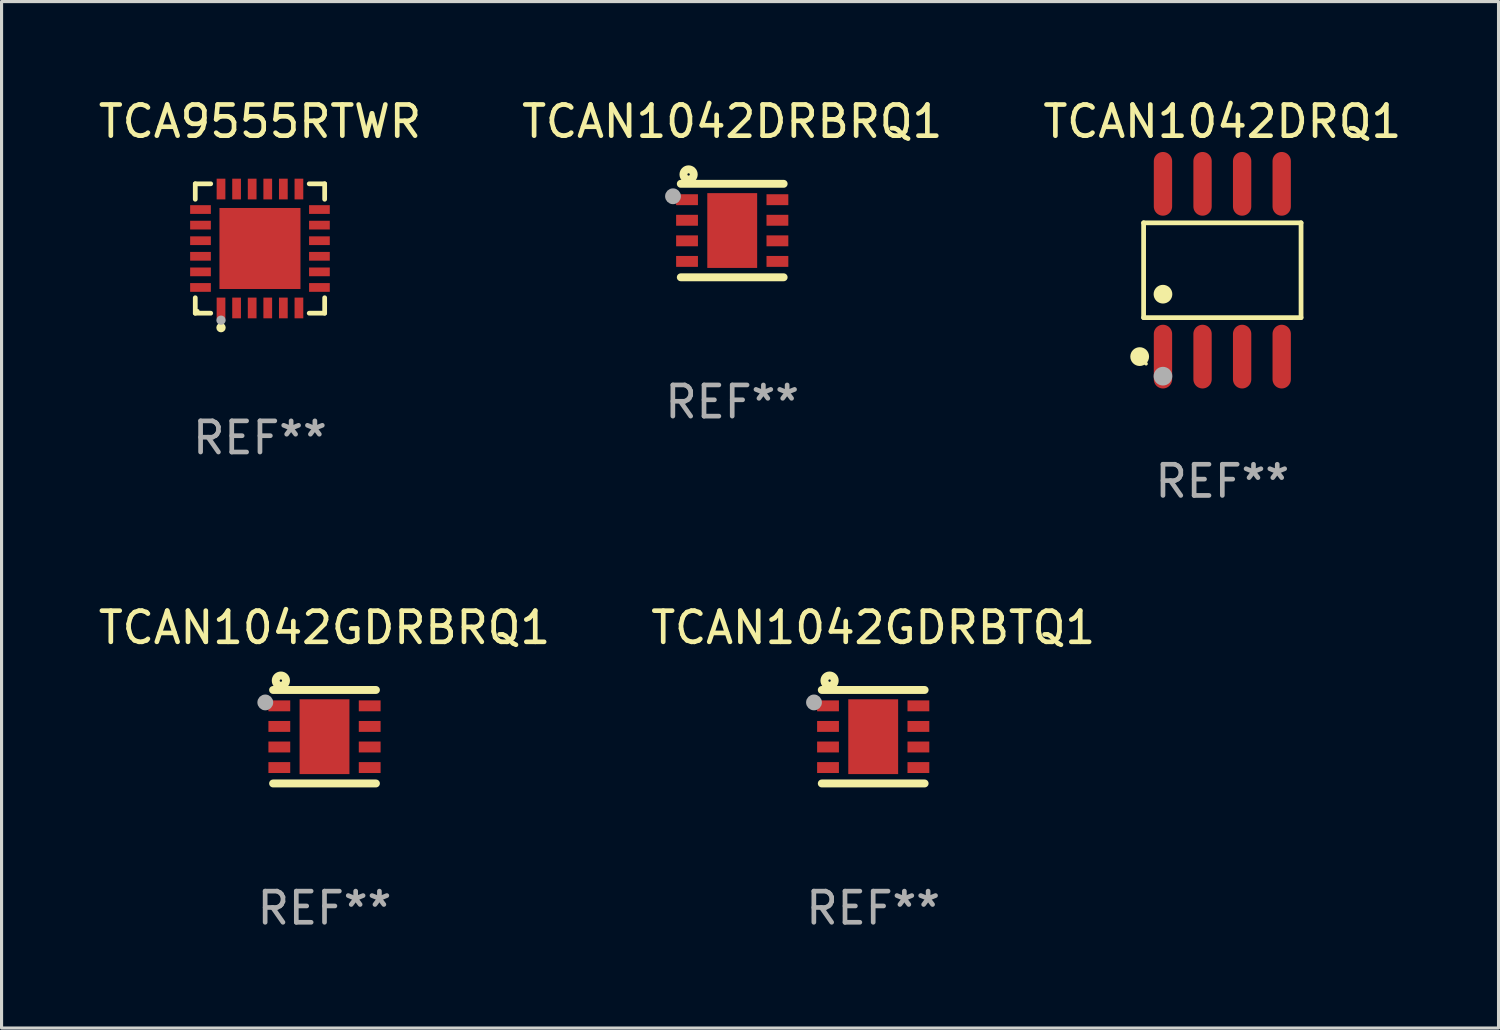
<source format=kicad_pcb>
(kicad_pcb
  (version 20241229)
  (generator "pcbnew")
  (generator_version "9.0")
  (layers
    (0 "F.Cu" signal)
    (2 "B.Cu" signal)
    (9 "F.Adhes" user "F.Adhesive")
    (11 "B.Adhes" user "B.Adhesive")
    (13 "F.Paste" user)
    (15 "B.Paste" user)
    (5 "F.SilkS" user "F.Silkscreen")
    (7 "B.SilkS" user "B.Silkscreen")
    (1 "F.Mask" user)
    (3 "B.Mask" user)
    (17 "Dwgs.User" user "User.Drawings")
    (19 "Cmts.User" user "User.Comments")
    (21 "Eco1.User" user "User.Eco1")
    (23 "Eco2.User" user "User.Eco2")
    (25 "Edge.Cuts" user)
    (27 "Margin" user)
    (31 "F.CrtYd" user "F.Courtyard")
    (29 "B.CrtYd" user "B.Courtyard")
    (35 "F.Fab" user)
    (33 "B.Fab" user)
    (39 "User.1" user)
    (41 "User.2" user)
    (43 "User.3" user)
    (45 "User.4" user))
  (footprint "TCAN1042DRQ1"
    (layer "F.Cu")
    (at 36.173 5.621)
    (property "Reference" "TCAN1042DRQ1" (at 0 -4.772 0) (layer "F.SilkS") (effects (font (size 1 1) (thickness 0.15))))
    (attr through_hole)
    (fp_line (start -2.526 -1.521) (end 2.526 -1.521) (stroke (width 0.152) (type solid)) (layer "F.SilkS"))
    (fp_line (start -2.526 1.521) (end -2.526 -1.521) (stroke (width 0.152) (type solid)) (layer "F.SilkS"))
    (fp_line (start 2.526 -1.521) (end 2.526 1.521) (stroke (width 0.152) (type solid)) (layer "F.SilkS"))
    (fp_line (start 2.526 1.521) (end -2.526 1.521) (stroke (width 0.152) (type solid)) (layer "F.SilkS"))
    (fp_circle (center -2.652 2.772) (end -2.501 2.772) (stroke (width 0.3) (type solid)) (fill no) (layer "F.SilkS"))
    (fp_circle (center -2.45 3) (end -2.42 3) (stroke (width 0.06) (type solid)) (fill no) (layer "F.SilkS"))
    (fp_circle (center -1.905 0.769) (end -1.755 0.769) (stroke (width 0.3) (type solid)) (fill no) (layer "F.SilkS"))
    (fp_circle (center -1.905 3.4) (end -1.755 3.4) (stroke (width 0.3) (type solid)) (fill no) (layer "F.Fab"))
    (fp_text user "REF**" (at 0 6.772 0) (layer "F.Fab") (effects (font (size 1 1) (thickness 0.15))))
    (pad "1" smd oval (at -1.905 2.772) (size 0.588 2.045) (layers "F.Cu" "F.Mask" "F.Paste"))
    (pad "2" smd oval (at -0.635 2.772) (size 0.588 2.045) (layers "F.Cu" "F.Mask" "F.Paste"))
    (pad "3" smd oval (at 0.635 2.772) (size 0.588 2.045) (layers "F.Cu" "F.Mask" "F.Paste"))
    (pad "4" smd oval (at 1.905 2.772) (size 0.588 2.045) (layers "F.Cu" "F.Mask" "F.Paste"))
    (pad "5" smd oval (at 1.905 -2.772) (size 0.588 2.045) (layers "F.Cu" "F.Mask" "F.Paste"))
    (pad "6" smd oval (at 0.635 -2.772) (size 0.588 2.045) (layers "F.Cu" "F.Mask" "F.Paste"))
    (pad "7" smd oval (at -0.635 -2.772) (size 0.588 2.045) (layers "F.Cu" "F.Mask" "F.Paste"))
    (pad "8" smd oval (at -1.905 -2.772) (size 0.588 2.045) (layers "F.Cu" "F.Mask" "F.Paste")))
  (footprint "TCAN1042DRBRQ1"
    (layer "F.Cu")
    (at 20.446 4.348)
    (property "Reference" "TCAN1042DRBRQ1" (at 0 -3.5 0) (layer "F.SilkS") (effects (font (size 1 1) (thickness 0.15))))
    (attr through_hole)
    (fp_line (start -1.65 -1.5) (end 1.65 -1.5) (stroke (width 0.254) (type solid)) (layer "F.SilkS"))
    (fp_line (start -1.65 1.5) (end 1.65 1.5) (stroke (width 0.254) (type solid)) (layer "F.SilkS"))
    (fp_circle (center -1.5 -1.5) (end -1.47 -1.5) (stroke (width 0.06) (type solid)) (fill no) (layer "F.SilkS"))
    (fp_circle (center -1.4 -1.8) (end -1.235 -1.8) (stroke (width 0.254) (type solid)) (fill no) (layer "F.SilkS"))
    (fp_circle (center -1.9 -1.1) (end -1.773 -1.1) (stroke (width 0.254) (type solid)) (fill no) (layer "F.Fab"))
    (fp_text user "REF**" (at 0 5.5 0) (layer "F.Fab") (effects (font (size 1 1) (thickness 0.15))))
    (pad "1" smd rect (at -1.45 -0.99 180) (size 0.7 0.35) (layers "F.Cu" "F.Mask" "F.Paste"))
    (pad "2" smd rect (at -1.45 -0.33 180) (size 0.7 0.35) (layers "F.Cu" "F.Mask" "F.Paste"))
    (pad "3" smd rect (at -1.45 0.33 180) (size 0.7 0.35) (layers "F.Cu" "F.Mask" "F.Paste"))
    (pad "4" smd rect (at -1.45 0.99 180) (size 0.7 0.35) (layers "F.Cu" "F.Mask" "F.Paste"))
    (pad "5" smd rect (at 1.45 0.99 180) (size 0.7 0.35) (layers "F.Cu" "F.Mask" "F.Paste"))
    (pad "6" smd rect (at 1.45 0.33 180) (size 0.7 0.35) (layers "F.Cu" "F.Mask" "F.Paste"))
    (pad "7" smd rect (at 1.45 -0.33 180) (size 0.7 0.35) (layers "F.Cu" "F.Mask" "F.Paste"))
    (pad "8" smd rect (at 1.45 -0.99 180) (size 0.7 0.35) (layers "F.Cu" "F.Mask" "F.Paste"))
    (pad "9" smd rect (at 0 -0.000394 90) (size 2.4 1.6) (layers "F.Cu" "F.Mask" "F.Paste")))
  (footprint "TCA9555RTWR"
    (layer "F.Cu")
    (at 5.292 4.924)
    (property "Reference" "TCA9555RTWR" (at 0 -4.076 0) (layer "F.SilkS") (effects (font (size 1 1) (thickness 0.15))))
    (attr through_hole)
    (fp_line (start -2.076 -2.076) (end -1.58 -2.076) (stroke (width 0.152) (type solid)) (layer "F.SilkS"))
    (fp_line (start -2.076 -1.58) (end -2.076 -2.076) (stroke (width 0.152) (type solid)) (layer "F.SilkS"))
    (fp_line (start -2.076 1.58) (end -2.076 2.076) (stroke (width 0.152) (type solid)) (layer "F.SilkS"))
    (fp_line (start -2.076 2.076) (end -1.58 2.076) (stroke (width 0.152) (type solid)) (layer "F.SilkS"))
    (fp_line (start 2.076 -2.076) (end 1.58 -2.076) (stroke (width 0.152) (type solid)) (layer "F.SilkS"))
    (fp_line (start 2.076 -1.58) (end 2.076 -2.076) (stroke (width 0.152) (type solid)) (layer "F.SilkS"))
    (fp_line (start 2.076 1.58) (end 2.076 2.076) (stroke (width 0.152) (type solid)) (layer "F.SilkS"))
    (fp_line (start 2.076 2.076) (end 1.58 2.076) (stroke (width 0.152) (type solid)) (layer "F.SilkS"))
    (fp_circle (center -2 2) (end -1.97 2) (stroke (width 0.06) (type solid)) (fill no) (layer "F.SilkS"))
    (fp_circle (center -1.25 2.54) (end -1.175 2.54) (stroke (width 0.15) (type solid)) (fill no) (layer "F.SilkS"))
    (fp_circle (center -1.25 2.3) (end -1.175 2.3) (stroke (width 0.15) (type solid)) (fill no) (layer "F.Fab"))
    (fp_text user "REF**" (at 0 6.076 0) (layer "F.Fab") (effects (font (size 1 1) (thickness 0.15))))
    (pad "1" smd rect (at -1.25 1.908) (size 0.28 0.665) (layers "F.Cu" "F.Mask" "F.Paste"))
    (pad "2" smd rect (at -0.75 1.908) (size 0.28 0.665) (layers "F.Cu" "F.Mask" "F.Paste"))
    (pad "3" smd rect (at -0.25 1.908) (size 0.28 0.665) (layers "F.Cu" "F.Mask" "F.Paste"))
    (pad "4" smd rect (at 0.25 1.908) (size 0.28 0.665) (layers "F.Cu" "F.Mask" "F.Paste"))
    (pad "5" smd rect (at 0.75 1.908) (size 0.28 0.665) (layers "F.Cu" "F.Mask" "F.Paste"))
    (pad "6" smd rect (at 1.25 1.908) (size 0.28 0.665) (layers "F.Cu" "F.Mask" "F.Paste"))
    (pad "7" smd rect (at 1.908 1.25) (size 0.665 0.28) (layers "F.Cu" "F.Mask" "F.Paste"))
    (pad "8" smd rect (at 1.908 0.75) (size 0.665 0.28) (layers "F.Cu" "F.Mask" "F.Paste"))
    (pad "9" smd rect (at 1.908 0.25) (size 0.665 0.28) (layers "F.Cu" "F.Mask" "F.Paste"))
    (pad "10" smd rect (at 1.908 -0.25) (size 0.665 0.28) (layers "F.Cu" "F.Mask" "F.Paste"))
    (pad "11" smd rect (at 1.908 -0.75) (size 0.665 0.28) (layers "F.Cu" "F.Mask" "F.Paste"))
    (pad "12" smd rect (at 1.908 -1.25) (size 0.665 0.28) (layers "F.Cu" "F.Mask" "F.Paste"))
    (pad "13" smd rect (at 1.25 -1.908) (size 0.28 0.665) (layers "F.Cu" "F.Mask" "F.Paste"))
    (pad "14" smd rect (at 0.75 -1.908) (size 0.28 0.665) (layers "F.Cu" "F.Mask" "F.Paste"))
    (pad "15" smd rect (at 0.25 -1.908) (size 0.28 0.665) (layers "F.Cu" "F.Mask" "F.Paste"))
    (pad "16" smd rect (at -0.25 -1.908) (size 0.28 0.665) (layers "F.Cu" "F.Mask" "F.Paste"))
    (pad "17" smd rect (at -0.75 -1.908) (size 0.28 0.665) (layers "F.Cu" "F.Mask" "F.Paste"))
    (pad "18" smd rect (at -1.25 -1.908) (size 0.28 0.665) (layers "F.Cu" "F.Mask" "F.Paste"))
    (pad "19" smd rect (at -1.908 -1.25) (size 0.665 0.28) (layers "F.Cu" "F.Mask" "F.Paste"))
    (pad "20" smd rect (at -1.908 -0.75) (size 0.665 0.28) (layers "F.Cu" "F.Mask" "F.Paste"))
    (pad "21" smd rect (at -1.908 -0.25) (size 0.665 0.28) (layers "F.Cu" "F.Mask" "F.Paste"))
    (pad "22" smd rect (at -1.908 0.25) (size 0.665 0.28) (layers "F.Cu" "F.Mask" "F.Paste"))
    (pad "23" smd rect (at -1.908 0.75) (size 0.665 0.28) (layers "F.Cu" "F.Mask" "F.Paste"))
    (pad "24" smd rect (at -1.908 1.25) (size 0.665 0.28) (layers "F.Cu" "F.Mask" "F.Paste"))
    (pad "25" smd rect (at 0 0) (size 2.6 2.6) (layers "F.Cu" "F.Mask" "F.Paste")))
  (footprint "TCAN1042GDRBRQ1"
    (layer "F.Cu")
    (at 7.363 20.59)
    (property "Reference" "TCAN1042GDRBRQ1" (at 0 -3.5 0) (layer "F.SilkS") (effects (font (size 1 1) (thickness 0.15))))
    (attr through_hole)
    (fp_line (start -1.65 -1.5) (end 1.65 -1.5) (stroke (width 0.254) (type solid)) (layer "F.SilkS"))
    (fp_line (start -1.65 1.5) (end 1.65 1.5) (stroke (width 0.254) (type solid)) (layer "F.SilkS"))
    (fp_circle (center -1.5 -1.5) (end -1.47 -1.5) (stroke (width 0.06) (type solid)) (fill no) (layer "F.SilkS"))
    (fp_circle (center -1.4 -1.8) (end -1.235 -1.8) (stroke (width 0.254) (type solid)) (fill no) (layer "F.SilkS"))
    (fp_circle (center -1.9 -1.1) (end -1.773 -1.1) (stroke (width 0.254) (type solid)) (fill no) (layer "F.Fab"))
    (fp_text user "REF**" (at 0 5.5 0) (layer "F.Fab") (effects (font (size 1 1) (thickness 0.15))))
    (pad "1" smd rect (at -1.45 -0.99 180) (size 0.7 0.35) (layers "F.Cu" "F.Mask" "F.Paste"))
    (pad "2" smd rect (at -1.45 -0.33 180) (size 0.7 0.35) (layers "F.Cu" "F.Mask" "F.Paste"))
    (pad "3" smd rect (at -1.45 0.33 180) (size 0.7 0.35) (layers "F.Cu" "F.Mask" "F.Paste"))
    (pad "4" smd rect (at -1.45 0.99 180) (size 0.7 0.35) (layers "F.Cu" "F.Mask" "F.Paste"))
    (pad "5" smd rect (at 1.45 0.99 180) (size 0.7 0.35) (layers "F.Cu" "F.Mask" "F.Paste"))
    (pad "6" smd rect (at 1.45 0.33 180) (size 0.7 0.35) (layers "F.Cu" "F.Mask" "F.Paste"))
    (pad "7" smd rect (at 1.45 -0.33 180) (size 0.7 0.35) (layers "F.Cu" "F.Mask" "F.Paste"))
    (pad "8" smd rect (at 1.45 -0.99 180) (size 0.7 0.35) (layers "F.Cu" "F.Mask" "F.Paste"))
    (pad "9" smd rect (at 0 -0.000394 90) (size 2.4 1.6) (layers "F.Cu" "F.Mask" "F.Paste")))
  (footprint "TCAN1042GDRBTQ1"
    (layer "F.Cu")
    (at 24.97 20.59)
    (property "Reference" "TCAN1042GDRBTQ1" (at 0 -3.5 0) (layer "F.SilkS") (effects (font (size 1 1) (thickness 0.15))))
    (attr through_hole)
    (fp_line (start -1.65 -1.5) (end 1.65 -1.5) (stroke (width 0.254) (type solid)) (layer "F.SilkS"))
    (fp_line (start -1.65 1.5) (end 1.65 1.5) (stroke (width 0.254) (type solid)) (layer "F.SilkS"))
    (fp_circle (center -1.5 -1.5) (end -1.47 -1.5) (stroke (width 0.06) (type solid)) (fill no) (layer "F.SilkS"))
    (fp_circle (center -1.4 -1.8) (end -1.235 -1.8) (stroke (width 0.254) (type solid)) (fill no) (layer "F.SilkS"))
    (fp_circle (center -1.9 -1.1) (end -1.773 -1.1) (stroke (width 0.254) (type solid)) (fill no) (layer "F.Fab"))
    (fp_text user "REF**" (at 0 5.5 0) (layer "F.Fab") (effects (font (size 1 1) (thickness 0.15))))
    (pad "1" smd rect (at -1.45 -0.99 180) (size 0.7 0.35) (layers "F.Cu" "F.Mask" "F.Paste"))
    (pad "2" smd rect (at -1.45 -0.33 180) (size 0.7 0.35) (layers "F.Cu" "F.Mask" "F.Paste"))
    (pad "3" smd rect (at -1.45 0.33 180) (size 0.7 0.35) (layers "F.Cu" "F.Mask" "F.Paste"))
    (pad "4" smd rect (at -1.45 0.99 180) (size 0.7 0.35) (layers "F.Cu" "F.Mask" "F.Paste"))
    (pad "5" smd rect (at 1.45 0.99 180) (size 0.7 0.35) (layers "F.Cu" "F.Mask" "F.Paste"))
    (pad "6" smd rect (at 1.45 0.33 180) (size 0.7 0.35) (layers "F.Cu" "F.Mask" "F.Paste"))
    (pad "7" smd rect (at 1.45 -0.33 180) (size 0.7 0.35) (layers "F.Cu" "F.Mask" "F.Paste"))
    (pad "8" smd rect (at 1.45 -0.99 180) (size 0.7 0.35) (layers "F.Cu" "F.Mask" "F.Paste"))
    (pad "9" smd rect (at 0 -0.000394 90) (size 2.4 1.6) (layers "F.Cu" "F.Mask" "F.Paste")))
  (gr_rect
    (start -3 -3)
    (end 45.036 29.938)
    (stroke (width 0.1) (type default))
    (fill no)
    (layer "Edge.Cuts")))
</source>
